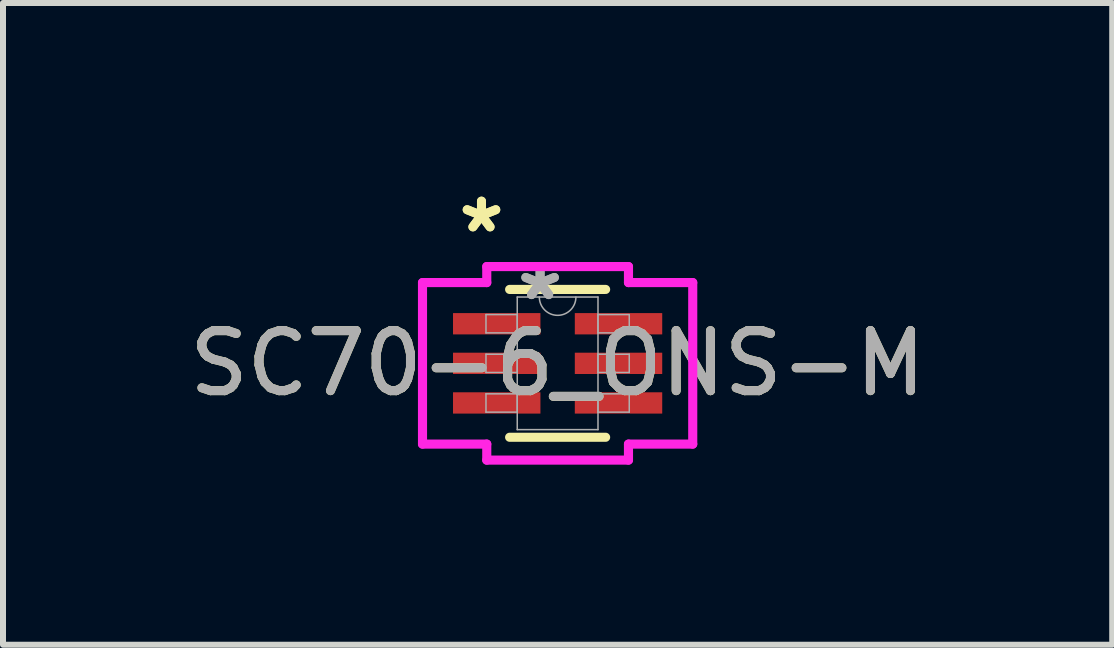
<source format=kicad_pcb>
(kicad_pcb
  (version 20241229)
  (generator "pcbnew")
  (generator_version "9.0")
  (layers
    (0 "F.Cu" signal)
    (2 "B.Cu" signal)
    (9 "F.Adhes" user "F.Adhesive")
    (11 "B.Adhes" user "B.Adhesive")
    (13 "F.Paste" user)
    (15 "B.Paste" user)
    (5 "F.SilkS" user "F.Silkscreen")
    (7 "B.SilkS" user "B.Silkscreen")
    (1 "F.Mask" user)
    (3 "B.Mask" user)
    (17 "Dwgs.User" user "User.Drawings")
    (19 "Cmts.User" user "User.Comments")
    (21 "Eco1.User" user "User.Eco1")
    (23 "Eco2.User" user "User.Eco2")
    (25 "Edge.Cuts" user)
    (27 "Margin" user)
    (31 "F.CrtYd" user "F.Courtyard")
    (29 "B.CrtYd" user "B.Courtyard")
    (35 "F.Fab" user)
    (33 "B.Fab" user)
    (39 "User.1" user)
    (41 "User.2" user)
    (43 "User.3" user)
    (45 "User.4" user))
  (footprint "SC70-6_ONS-M"
    (layer "F.Cu")
    (at 6.244 3.006)
    (property "Reference" "SC70-6_ONS-M" (at 0 0 0) (unlocked yes) (layer "F.SilkS") (effects (font (size 1 1) (thickness 0.15))))
    (attr smd)
    (fp_line (start -0.8 1.232) (end 0.8 1.232) (stroke (width 0.152) (type solid)) (layer "F.SilkS"))
    (fp_line (start 0.8 -1.232) (end -0.8 -1.232) (stroke (width 0.152) (type solid)) (layer "F.SilkS"))
    (fp_line (start -2.252 -1.346) (end -1.181 -1.346) (stroke (width 0.152) (type solid)) (layer "F.CrtYd"))
    (fp_line (start -2.252 1.346) (end -2.252 -1.346) (stroke (width 0.152) (type solid)) (layer "F.CrtYd"))
    (fp_line (start -2.252 1.346) (end -1.181 1.346) (stroke (width 0.152) (type solid)) (layer "F.CrtYd"))
    (fp_line (start -1.181 -1.613) (end 1.181 -1.613) (stroke (width 0.152) (type solid)) (layer "F.CrtYd"))
    (fp_line (start -1.181 -1.346) (end -1.181 -1.613) (stroke (width 0.152) (type solid)) (layer "F.CrtYd"))
    (fp_line (start -1.181 1.613) (end -1.181 1.346) (stroke (width 0.152) (type solid)) (layer "F.CrtYd"))
    (fp_line (start 1.181 -1.613) (end 1.181 -1.346) (stroke (width 0.152) (type solid)) (layer "F.CrtYd"))
    (fp_line (start 1.181 1.346) (end 1.181 1.613) (stroke (width 0.152) (type solid)) (layer "F.CrtYd"))
    (fp_line (start 1.181 1.613) (end -1.181 1.613) (stroke (width 0.152) (type solid)) (layer "F.CrtYd"))
    (fp_line (start 2.252 -1.346) (end 1.181 -1.346) (stroke (width 0.152) (type solid)) (layer "F.CrtYd"))
    (fp_line (start 2.252 -1.346) (end 2.252 1.346) (stroke (width 0.152) (type solid)) (layer "F.CrtYd"))
    (fp_line (start 2.252 1.346) (end 1.181 1.346) (stroke (width 0.152) (type solid)) (layer "F.CrtYd"))
    (fp_line (start -1.194 -0.813) (end -1.194 -0.508) (stroke (width 0.025) (type solid)) (layer "F.Fab"))
    (fp_line (start -1.194 -0.508) (end -0.673 -0.508) (stroke (width 0.025) (type solid)) (layer "F.Fab"))
    (fp_line (start -1.194 -0.152) (end -1.194 0.152) (stroke (width 0.025) (type solid)) (layer "F.Fab"))
    (fp_line (start -1.194 0.152) (end -0.673 0.152) (stroke (width 0.025) (type solid)) (layer "F.Fab"))
    (fp_line (start -1.194 0.508) (end -1.194 0.813) (stroke (width 0.025) (type solid)) (layer "F.Fab"))
    (fp_line (start -1.194 0.813) (end -0.673 0.813) (stroke (width 0.025) (type solid)) (layer "F.Fab"))
    (fp_line (start -0.673 -1.105) (end -0.673 1.105) (stroke (width 0.025) (type solid)) (layer "F.Fab"))
    (fp_line (start -0.673 -0.813) (end -1.194 -0.813) (stroke (width 0.025) (type solid)) (layer "F.Fab"))
    (fp_line (start -0.673 -0.508) (end -0.673 -0.813) (stroke (width 0.025) (type solid)) (layer "F.Fab"))
    (fp_line (start -0.673 -0.152) (end -1.194 -0.152) (stroke (width 0.025) (type solid)) (layer "F.Fab"))
    (fp_line (start -0.673 0.152) (end -0.673 -0.152) (stroke (width 0.025) (type solid)) (layer "F.Fab"))
    (fp_line (start -0.673 0.508) (end -1.194 0.508) (stroke (width 0.025) (type solid)) (layer "F.Fab"))
    (fp_line (start -0.673 0.813) (end -0.673 0.508) (stroke (width 0.025) (type solid)) (layer "F.Fab"))
    (fp_line (start -0.673 1.105) (end 0.673 1.105) (stroke (width 0.025) (type solid)) (layer "F.Fab"))
    (fp_line (start 0.673 -1.105) (end -0.673 -1.105) (stroke (width 0.025) (type solid)) (layer "F.Fab"))
    (fp_line (start 0.673 -0.813) (end 0.673 -0.508) (stroke (width 0.025) (type solid)) (layer "F.Fab"))
    (fp_line (start 0.673 -0.508) (end 1.194 -0.508) (stroke (width 0.025) (type solid)) (layer "F.Fab"))
    (fp_line (start 0.673 -0.152) (end 0.673 0.152) (stroke (width 0.025) (type solid)) (layer "F.Fab"))
    (fp_line (start 0.673 0.152) (end 1.194 0.152) (stroke (width 0.025) (type solid)) (layer "F.Fab"))
    (fp_line (start 0.673 0.508) (end 0.673 0.813) (stroke (width 0.025) (type solid)) (layer "F.Fab"))
    (fp_line (start 0.673 0.813) (end 1.194 0.813) (stroke (width 0.025) (type solid)) (layer "F.Fab"))
    (fp_line (start 0.673 1.105) (end 0.673 -1.105) (stroke (width 0.025) (type solid)) (layer "F.Fab"))
    (fp_line (start 1.194 -0.813) (end 0.673 -0.813) (stroke (width 0.025) (type solid)) (layer "F.Fab"))
    (fp_line (start 1.194 -0.508) (end 1.194 -0.813) (stroke (width 0.025) (type solid)) (layer "F.Fab"))
    (fp_line (start 1.194 -0.152) (end 0.673 -0.152) (stroke (width 0.025) (type solid)) (layer "F.Fab"))
    (fp_line (start 1.194 0.152) (end 1.194 -0.152) (stroke (width 0.025) (type solid)) (layer "F.Fab"))
    (fp_line (start 1.194 0.508) (end 0.673 0.508) (stroke (width 0.025) (type solid)) (layer "F.Fab"))
    (fp_line (start 1.194 0.813) (end 1.194 0.508) (stroke (width 0.025) (type solid)) (layer "F.Fab"))
    (fp_arc (start 0.3048 -1.1049) (mid 0 -0.8001) (end -0.3048 -1.1049) (stroke (width 0.0254) (type solid)) (layer "F.Fab"))
    (fp_text user "*" (at -1.269 -2.158 0) (layer "F.SilkS") (effects (font (size 1 1) (thickness 0.15))))
    (fp_text user "*" (at -1.269 -2.158 0) (unlocked yes) (layer "F.SilkS") (effects (font (size 1 1) (thickness 0.15))))
    (fp_text user "*" (at -0.292 -1.029 0) (layer "F.Fab") (effects (font (size 1 1) (thickness 0.15))))
    (fp_text user "*" (at -0.292 -1.029 0) (unlocked yes) (layer "F.Fab") (effects (font (size 1 1) (thickness 0.15))))
    (fp_text user "${REFERENCE}" (at 0 0 0) (unlocked yes) (layer "F.Fab") (effects (font (size 1 1) (thickness 0.15))))
    (pad "1" smd rect (at -1.015 -0.66) (size 1.457 0.355) (layers "F.Cu" "F.Mask" "F.Paste"))
    (pad "2" smd rect (at -1.015 0) (size 1.457 0.355) (layers "F.Cu" "F.Mask" "F.Paste"))
    (pad "3" smd rect (at -1.015 0.66) (size 1.457 0.355) (layers "F.Cu" "F.Mask" "F.Paste"))
    (pad "4" smd rect (at 1.015 0.66) (size 1.457 0.355) (layers "F.Cu" "F.Mask" "F.Paste"))
    (pad "5" smd rect (at 1.015 0) (size 1.457 0.355) (layers "F.Cu" "F.Mask" "F.Paste"))
    (pad "6" smd rect (at 1.015 -0.66) (size 1.457 0.355) (layers "F.Cu" "F.Mask" "F.Paste")))
  (gr_rect
    (start -3 -3)
    (end 15.488 7.696)
    (stroke (width 0.1) (type default))
    (fill no)
    (layer "Edge.Cuts")))
</source>
